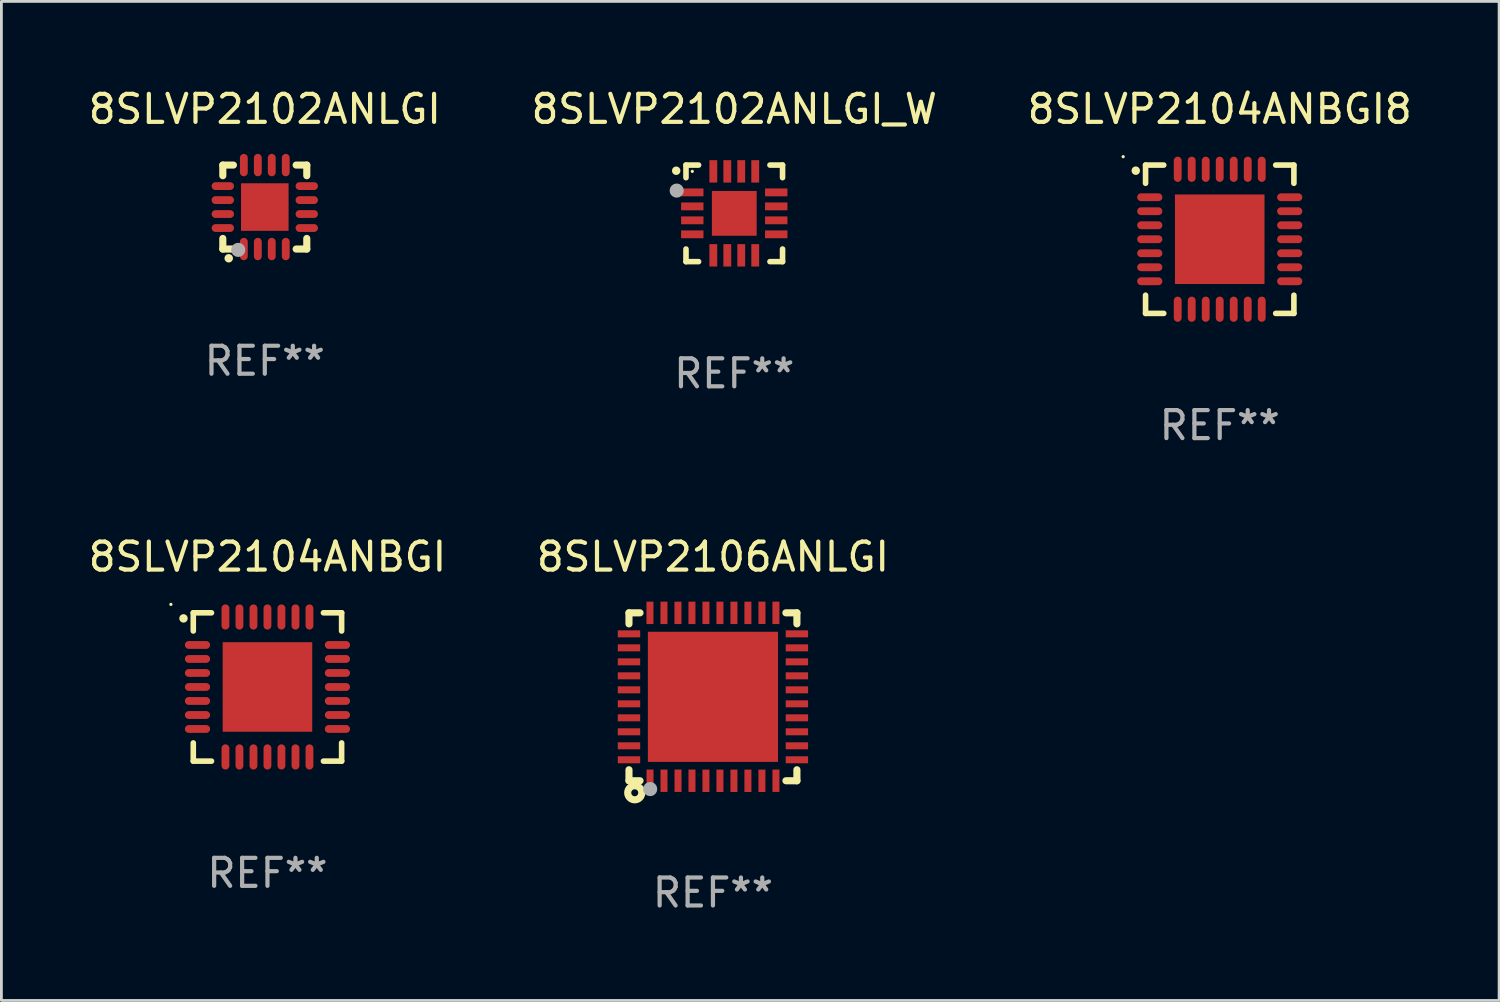
<source format=kicad_pcb>
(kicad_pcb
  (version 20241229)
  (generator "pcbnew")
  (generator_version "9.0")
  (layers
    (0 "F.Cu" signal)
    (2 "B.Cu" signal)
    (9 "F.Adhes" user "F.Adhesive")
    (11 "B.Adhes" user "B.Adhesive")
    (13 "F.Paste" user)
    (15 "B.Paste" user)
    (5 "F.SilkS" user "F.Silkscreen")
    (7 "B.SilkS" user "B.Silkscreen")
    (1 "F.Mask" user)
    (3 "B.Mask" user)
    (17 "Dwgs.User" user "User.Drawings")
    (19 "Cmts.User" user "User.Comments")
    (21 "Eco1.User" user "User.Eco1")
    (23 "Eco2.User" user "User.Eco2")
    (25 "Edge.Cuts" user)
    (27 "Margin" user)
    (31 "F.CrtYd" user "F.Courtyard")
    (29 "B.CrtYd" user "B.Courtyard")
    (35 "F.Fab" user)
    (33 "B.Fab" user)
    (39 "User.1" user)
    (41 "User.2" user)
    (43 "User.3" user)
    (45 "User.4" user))
  (footprint "8SLVP2104ANBGI8"
    (layer "F.Cu")
    (at 40.53 5.498)
    (property "Reference" "8SLVP2104ANBGI8" (at 0 -4.65 0) (layer "F.SilkS") (effects (font (size 1 1) (thickness 0.15))))
    (attr through_hole)
    (fp_line (start -2.65 -2.65) (end -2 -2.65) (stroke (width 0.2) (type solid)) (layer "F.SilkS"))
    (fp_line (start -2.65 -2) (end -2.65 -2.65) (stroke (width 0.2) (type solid)) (layer "F.SilkS"))
    (fp_line (start -2.65 2) (end -2.65 2.65) (stroke (width 0.2) (type solid)) (layer "F.SilkS"))
    (fp_line (start -2.65 2.65) (end -2 2.65) (stroke (width 0.2) (type solid)) (layer "F.SilkS"))
    (fp_line (start 2 2.65) (end 2.65 2.65) (stroke (width 0.2) (type solid)) (layer "F.SilkS"))
    (fp_line (start 2.65 -2.65) (end 2 -2.65) (stroke (width 0.2) (type solid)) (layer "F.SilkS"))
    (fp_line (start 2.65 -2) (end 2.65 -2.65) (stroke (width 0.2) (type solid)) (layer "F.SilkS"))
    (fp_line (start 2.65 2.65) (end 2.65 2) (stroke (width 0.2) (type solid)) (layer "F.SilkS"))
    (fp_arc (start -2.999746 -2.448565) (mid -2.999751 -2.449835) (end -2.999746 -2.451105) (stroke (width 0.3) (type solid)) (layer "F.SilkS"))
    (fp_circle (center -3.45 -2.95) (end -3.42 -2.95) (stroke (width 0.06) (type solid)) (fill no) (layer "F.SilkS"))
    (fp_text user "REF**" (at 0 6.65 0) (layer "F.Fab") (effects (font (size 1 1) (thickness 0.15))))
    (pad "1" smd oval (at -2.5 -1.501 90) (size 0.28 0.9) (layers "F.Cu" "F.Mask" "F.Paste"))
    (pad "2" smd oval (at -2.5 -1.001 90) (size 0.28 0.9) (layers "F.Cu" "F.Mask" "F.Paste"))
    (pad "3" smd oval (at -2.5 -0.5 90) (size 0.28 0.9) (layers "F.Cu" "F.Mask" "F.Paste"))
    (pad "4" smd oval (at -2.5 0.000076 90) (size 0.28 0.9) (layers "F.Cu" "F.Mask" "F.Paste"))
    (pad "5" smd oval (at -2.5 0.5 90) (size 0.28 0.9) (layers "F.Cu" "F.Mask" "F.Paste"))
    (pad "6" smd oval (at -2.5 1.001 90) (size 0.28 0.9) (layers "F.Cu" "F.Mask" "F.Paste"))
    (pad "7" smd oval (at -2.5 1.501 90) (size 0.28 0.9) (layers "F.Cu" "F.Mask" "F.Paste"))
    (pad "8" smd oval (at -1.501 2.5) (size 0.28 0.9) (layers "F.Cu" "F.Mask" "F.Paste"))
    (pad "9" smd oval (at -1.001 2.5) (size 0.28 0.9) (layers "F.Cu" "F.Mask" "F.Paste"))
    (pad "10" smd oval (at -0.5 2.5) (size 0.28 0.9) (layers "F.Cu" "F.Mask" "F.Paste"))
    (pad "11" smd oval (at -0.000076 2.5) (size 0.28 0.9) (layers "F.Cu" "F.Mask" "F.Paste"))
    (pad "12" smd oval (at 0.5 2.5) (size 0.28 0.9) (layers "F.Cu" "F.Mask" "F.Paste"))
    (pad "13" smd oval (at 1.001 2.5) (size 0.28 0.9) (layers "F.Cu" "F.Mask" "F.Paste"))
    (pad "14" smd oval (at 1.501 2.5) (size 0.28 0.9) (layers "F.Cu" "F.Mask" "F.Paste"))
    (pad "15" smd oval (at 2.5 1.501 90) (size 0.28 0.9) (layers "F.Cu" "F.Mask" "F.Paste"))
    (pad "16" smd oval (at 2.5 1.001 90) (size 0.28 0.9) (layers "F.Cu" "F.Mask" "F.Paste"))
    (pad "17" smd oval (at 2.5 0.5 90) (size 0.28 0.9) (layers "F.Cu" "F.Mask" "F.Paste"))
    (pad "18" smd oval (at 2.5 0.000076 90) (size 0.28 0.9) (layers "F.Cu" "F.Mask" "F.Paste"))
    (pad "19" smd oval (at 2.5 -0.5 90) (size 0.28 0.9) (layers "F.Cu" "F.Mask" "F.Paste"))
    (pad "20" smd oval (at 2.5 -1.001 90) (size 0.28 0.9) (layers "F.Cu" "F.Mask" "F.Paste"))
    (pad "21" smd oval (at 2.5 -1.501 90) (size 0.28 0.9) (layers "F.Cu" "F.Mask" "F.Paste"))
    (pad "22" smd oval (at 1.501 -2.5) (size 0.28 0.9) (layers "F.Cu" "F.Mask" "F.Paste"))
    (pad "23" smd oval (at 1.001 -2.5) (size 0.28 0.9) (layers "F.Cu" "F.Mask" "F.Paste"))
    (pad "24" smd oval (at 0.5 -2.5) (size 0.28 0.9) (layers "F.Cu" "F.Mask" "F.Paste"))
    (pad "25" smd oval (at -0.000076 -2.5) (size 0.28 0.9) (layers "F.Cu" "F.Mask" "F.Paste"))
    (pad "26" smd oval (at -0.5 -2.5) (size 0.28 0.9) (layers "F.Cu" "F.Mask" "F.Paste"))
    (pad "27" smd oval (at -1.001 -2.5) (size 0.28 0.9) (layers "F.Cu" "F.Mask" "F.Paste"))
    (pad "28" smd oval (at -1.501 -2.5) (size 0.28 0.9) (layers "F.Cu" "F.Mask" "F.Paste"))
    (pad "29" smd rect (at -0.000076 0.000076) (size 3.2 3.2) (layers "F.Cu" "F.Mask" "F.Paste")))
  (footprint "8SLVP2102ANLGI_W"
    (layer "F.Cu")
    (at 23.185 4.573)
    (property "Reference" "8SLVP2102ANLGI_W" (at 0 -3.725 0) (layer "F.SilkS") (effects (font (size 1 1) (thickness 0.15))))
    (attr through_hole)
    (fp_line (start -1.725 -1.725) (end -1.275 -1.725) (stroke (width 0.2) (type solid)) (layer "F.SilkS"))
    (fp_line (start -1.725 -1.275) (end -1.725 -1.725) (stroke (width 0.2) (type solid)) (layer "F.SilkS"))
    (fp_line (start -1.725 1.725) (end -1.725 1.275) (stroke (width 0.2) (type solid)) (layer "F.SilkS"))
    (fp_line (start -1.275 1.725) (end -1.725 1.725) (stroke (width 0.2) (type solid)) (layer "F.SilkS"))
    (fp_line (start 1.275 -1.725) (end 1.725 -1.725) (stroke (width 0.2) (type solid)) (layer "F.SilkS"))
    (fp_line (start 1.275 1.725) (end 1.725 1.725) (stroke (width 0.2) (type solid)) (layer "F.SilkS"))
    (fp_line (start 1.725 -1.725) (end 1.725 -1.275) (stroke (width 0.2) (type solid)) (layer "F.SilkS"))
    (fp_line (start 1.725 1.725) (end 1.725 1.275) (stroke (width 0.2) (type solid)) (layer "F.SilkS"))
    (fp_arc (start -2.075184 -1.521463) (mid -2.075189 -1.522733) (end -2.075184 -1.524003) (stroke (width 0.3) (type solid)) (layer "F.SilkS"))
    (fp_circle (center -1.5 -1.5) (end -1.47 -1.5) (stroke (width 0.06) (type solid)) (fill no) (layer "F.SilkS"))
    (fp_circle (center -2.057 -0.813) (end -1.93 -0.813) (stroke (width 0.254) (type solid)) (fill no) (layer "F.Fab"))
    (fp_text user "REF**" (at 0 5.725 0) (layer "F.Fab") (effects (font (size 1 1) (thickness 0.15))))
    (pad "1" smd rect (at -1.5 -0.749 90) (size 0.28 0.8) (layers "F.Cu" "F.Mask" "F.Paste"))
    (pad "2" smd rect (at -1.5 -0.249 90) (size 0.28 0.8) (layers "F.Cu" "F.Mask" "F.Paste"))
    (pad "3" smd rect (at -1.5 0.249 90) (size 0.28 0.8) (layers "F.Cu" "F.Mask" "F.Paste"))
    (pad "4" smd rect (at -1.5 0.749 90) (size 0.28 0.8) (layers "F.Cu" "F.Mask" "F.Paste"))
    (pad "5" smd rect (at -0.749 1.5) (size 0.28 0.8) (layers "F.Cu" "F.Mask" "F.Paste"))
    (pad "6" smd rect (at -0.249 1.5) (size 0.28 0.8) (layers "F.Cu" "F.Mask" "F.Paste"))
    (pad "7" smd rect (at 0.249 1.5) (size 0.28 0.8) (layers "F.Cu" "F.Mask" "F.Paste"))
    (pad "8" smd rect (at 0.749 1.5) (size 0.28 0.8) (layers "F.Cu" "F.Mask" "F.Paste"))
    (pad "9" smd rect (at 1.5 0.749 90) (size 0.28 0.8) (layers "F.Cu" "F.Mask" "F.Paste"))
    (pad "10" smd rect (at 1.5 0.249 90) (size 0.28 0.8) (layers "F.Cu" "F.Mask" "F.Paste"))
    (pad "11" smd rect (at 1.5 -0.249 90) (size 0.28 0.8) (layers "F.Cu" "F.Mask" "F.Paste"))
    (pad "12" smd rect (at 1.5 -0.749 90) (size 0.28 0.8) (layers "F.Cu" "F.Mask" "F.Paste"))
    (pad "13" smd rect (at 0.749 -1.5) (size 0.28 0.8) (layers "F.Cu" "F.Mask" "F.Paste"))
    (pad "14" smd rect (at 0.249 -1.5) (size 0.28 0.8) (layers "F.Cu" "F.Mask" "F.Paste"))
    (pad "15" smd rect (at -0.249 -1.5) (size 0.28 0.8) (layers "F.Cu" "F.Mask" "F.Paste"))
    (pad "16" smd rect (at -0.749 -1.5) (size 0.28 0.8) (layers "F.Cu" "F.Mask" "F.Paste"))
    (pad "17" smd rect (at 0.000076 0.000076) (size 1.6 1.6) (layers "F.Cu" "F.Mask" "F.Paste")))
  (footprint "8SLVP2104ANBGI"
    (layer "F.Cu")
    (at 6.506 21.495)
    (property "Reference" "8SLVP2104ANBGI" (at 0 -4.65 0) (layer "F.SilkS") (effects (font (size 1 1) (thickness 0.15))))
    (attr through_hole)
    (fp_line (start -2.65 -2.65) (end -2 -2.65) (stroke (width 0.2) (type solid)) (layer "F.SilkS"))
    (fp_line (start -2.65 -2) (end -2.65 -2.65) (stroke (width 0.2) (type solid)) (layer "F.SilkS"))
    (fp_line (start -2.65 2) (end -2.65 2.65) (stroke (width 0.2) (type solid)) (layer "F.SilkS"))
    (fp_line (start -2.65 2.65) (end -2 2.65) (stroke (width 0.2) (type solid)) (layer "F.SilkS"))
    (fp_line (start 2 2.65) (end 2.65 2.65) (stroke (width 0.2) (type solid)) (layer "F.SilkS"))
    (fp_line (start 2.65 -2.65) (end 2 -2.65) (stroke (width 0.2) (type solid)) (layer "F.SilkS"))
    (fp_line (start 2.65 -2) (end 2.65 -2.65) (stroke (width 0.2) (type solid)) (layer "F.SilkS"))
    (fp_line (start 2.65 2.65) (end 2.65 2) (stroke (width 0.2) (type solid)) (layer "F.SilkS"))
    (fp_arc (start -2.999746 -2.448565) (mid -2.999751 -2.449835) (end -2.999746 -2.451105) (stroke (width 0.3) (type solid)) (layer "F.SilkS"))
    (fp_circle (center -3.45 -2.95) (end -3.42 -2.95) (stroke (width 0.06) (type solid)) (fill no) (layer "F.SilkS"))
    (fp_text user "REF**" (at 0 6.65 0) (layer "F.Fab") (effects (font (size 1 1) (thickness 0.15))))
    (pad "1" smd oval (at -2.5 -1.501 90) (size 0.28 0.9) (layers "F.Cu" "F.Mask" "F.Paste"))
    (pad "2" smd oval (at -2.5 -1.001 90) (size 0.28 0.9) (layers "F.Cu" "F.Mask" "F.Paste"))
    (pad "3" smd oval (at -2.5 -0.5 90) (size 0.28 0.9) (layers "F.Cu" "F.Mask" "F.Paste"))
    (pad "4" smd oval (at -2.5 0.000076 90) (size 0.28 0.9) (layers "F.Cu" "F.Mask" "F.Paste"))
    (pad "5" smd oval (at -2.5 0.5 90) (size 0.28 0.9) (layers "F.Cu" "F.Mask" "F.Paste"))
    (pad "6" smd oval (at -2.5 1.001 90) (size 0.28 0.9) (layers "F.Cu" "F.Mask" "F.Paste"))
    (pad "7" smd oval (at -2.5 1.501 90) (size 0.28 0.9) (layers "F.Cu" "F.Mask" "F.Paste"))
    (pad "8" smd oval (at -1.501 2.5) (size 0.28 0.9) (layers "F.Cu" "F.Mask" "F.Paste"))
    (pad "9" smd oval (at -1.001 2.5) (size 0.28 0.9) (layers "F.Cu" "F.Mask" "F.Paste"))
    (pad "10" smd oval (at -0.5 2.5) (size 0.28 0.9) (layers "F.Cu" "F.Mask" "F.Paste"))
    (pad "11" smd oval (at -0.000076 2.5) (size 0.28 0.9) (layers "F.Cu" "F.Mask" "F.Paste"))
    (pad "12" smd oval (at 0.5 2.5) (size 0.28 0.9) (layers "F.Cu" "F.Mask" "F.Paste"))
    (pad "13" smd oval (at 1.001 2.5) (size 0.28 0.9) (layers "F.Cu" "F.Mask" "F.Paste"))
    (pad "14" smd oval (at 1.501 2.5) (size 0.28 0.9) (layers "F.Cu" "F.Mask" "F.Paste"))
    (pad "15" smd oval (at 2.5 1.501 90) (size 0.28 0.9) (layers "F.Cu" "F.Mask" "F.Paste"))
    (pad "16" smd oval (at 2.5 1.001 90) (size 0.28 0.9) (layers "F.Cu" "F.Mask" "F.Paste"))
    (pad "17" smd oval (at 2.5 0.5 90) (size 0.28 0.9) (layers "F.Cu" "F.Mask" "F.Paste"))
    (pad "18" smd oval (at 2.5 0.000076 90) (size 0.28 0.9) (layers "F.Cu" "F.Mask" "F.Paste"))
    (pad "19" smd oval (at 2.5 -0.5 90) (size 0.28 0.9) (layers "F.Cu" "F.Mask" "F.Paste"))
    (pad "20" smd oval (at 2.5 -1.001 90) (size 0.28 0.9) (layers "F.Cu" "F.Mask" "F.Paste"))
    (pad "21" smd oval (at 2.5 -1.501 90) (size 0.28 0.9) (layers "F.Cu" "F.Mask" "F.Paste"))
    (pad "22" smd oval (at 1.501 -2.5) (size 0.28 0.9) (layers "F.Cu" "F.Mask" "F.Paste"))
    (pad "23" smd oval (at 1.001 -2.5) (size 0.28 0.9) (layers "F.Cu" "F.Mask" "F.Paste"))
    (pad "24" smd oval (at 0.5 -2.5) (size 0.28 0.9) (layers "F.Cu" "F.Mask" "F.Paste"))
    (pad "25" smd oval (at -0.000076 -2.5) (size 0.28 0.9) (layers "F.Cu" "F.Mask" "F.Paste"))
    (pad "26" smd oval (at -0.5 -2.5) (size 0.28 0.9) (layers "F.Cu" "F.Mask" "F.Paste"))
    (pad "27" smd oval (at -1.001 -2.5) (size 0.28 0.9) (layers "F.Cu" "F.Mask" "F.Paste"))
    (pad "28" smd oval (at -1.501 -2.5) (size 0.28 0.9) (layers "F.Cu" "F.Mask" "F.Paste"))
    (pad "29" smd rect (at -0.000076 0.000076) (size 3.2 3.2) (layers "F.Cu" "F.Mask" "F.Paste")))
  (footprint "8SLVP2102ANLGI"
    (layer "F.Cu")
    (at 6.411 4.348)
    (property "Reference" "8SLVP2102ANLGI" (at 0 -3.5 0) (layer "F.SilkS") (effects (font (size 1 1) (thickness 0.15))))
    (attr through_hole)
    (fp_line (start -1.5 -1.5) (end -1.121 -1.5) (stroke (width 0.254) (type solid)) (layer "F.SilkS"))
    (fp_line (start -1.5 -1.12) (end -1.5 -1.5) (stroke (width 0.254) (type solid)) (layer "F.SilkS"))
    (fp_line (start -1.5 1.5) (end -1.5 1.121) (stroke (width 0.254) (type solid)) (layer "F.SilkS"))
    (fp_line (start -1.121 1.5) (end -1.5 1.5) (stroke (width 0.254) (type solid)) (layer "F.SilkS"))
    (fp_line (start 1.12 -1.5) (end 1.5 -1.5) (stroke (width 0.254) (type solid)) (layer "F.SilkS"))
    (fp_line (start 1.5 -1.5) (end 1.5 -1.12) (stroke (width 0.254) (type solid)) (layer "F.SilkS"))
    (fp_line (start 1.5 1.121) (end 1.5 1.5) (stroke (width 0.254) (type solid)) (layer "F.SilkS"))
    (fp_line (start 1.5 1.5) (end 1.12 1.5) (stroke (width 0.254) (type solid)) (layer "F.SilkS"))
    (fp_arc (start -1.290005 1.83001) (mid -1.288735 1.830005) (end -1.287465 1.83001) (stroke (width 0.3) (type solid)) (layer "F.SilkS"))
    (fp_circle (center -1.5 1.5) (end -1.47 1.5) (stroke (width 0.06) (type solid)) (fill no) (layer "F.SilkS"))
    (fp_circle (center -0.95 1.53) (end -0.823 1.53) (stroke (width 0.254) (type solid)) (fill no) (layer "F.Fab"))
    (fp_text user "REF**" (at 0 5.5 0) (layer "F.Fab") (effects (font (size 1 1) (thickness 0.15))))
    (pad "1" smd oval (at -0.749 1.5 180) (size 0.28 0.8) (layers "F.Cu" "F.Mask" "F.Paste"))
    (pad "2" smd oval (at -0.249 1.5 180) (size 0.28 0.8) (layers "F.Cu" "F.Mask" "F.Paste"))
    (pad "3" smd oval (at 0.249 1.5 180) (size 0.28 0.8) (layers "F.Cu" "F.Mask" "F.Paste"))
    (pad "4" smd oval (at 0.749 1.5 180) (size 0.28 0.8) (layers "F.Cu" "F.Mask" "F.Paste"))
    (pad "5" smd oval (at 1.5 0.749 90) (size 0.28 0.8) (layers "F.Cu" "F.Mask" "F.Paste"))
    (pad "6" smd oval (at 1.5 0.249 90) (size 0.28 0.8) (layers "F.Cu" "F.Mask" "F.Paste"))
    (pad "7" smd oval (at 1.5 -0.249 90) (size 0.28 0.8) (layers "F.Cu" "F.Mask" "F.Paste"))
    (pad "8" smd oval (at 1.5 -0.749 90) (size 0.28 0.8) (layers "F.Cu" "F.Mask" "F.Paste"))
    (pad "9" smd oval (at 0.749 -1.5 180) (size 0.28 0.8) (layers "F.Cu" "F.Mask" "F.Paste"))
    (pad "10" smd oval (at 0.249 -1.5 180) (size 0.28 0.8) (layers "F.Cu" "F.Mask" "F.Paste"))
    (pad "11" smd oval (at -0.249 -1.5 180) (size 0.28 0.8) (layers "F.Cu" "F.Mask" "F.Paste"))
    (pad "12" smd oval (at -0.749 -1.5 180) (size 0.28 0.8) (layers "F.Cu" "F.Mask" "F.Paste"))
    (pad "13" smd oval (at -1.5 -0.749 90) (size 0.28 0.8) (layers "F.Cu" "F.Mask" "F.Paste"))
    (pad "14" smd oval (at -1.5 -0.249 90) (size 0.28 0.8) (layers "F.Cu" "F.Mask" "F.Paste"))
    (pad "15" smd oval (at -1.5 0.249 90) (size 0.28 0.8) (layers "F.Cu" "F.Mask" "F.Paste"))
    (pad "16" smd oval (at -1.5 0.749 90) (size 0.28 0.8) (layers "F.Cu" "F.Mask" "F.Paste"))
    (pad "17" smd rect (at -0.000114 0.000114 90) (size 1.7 1.7) (layers "F.Cu" "F.Mask" "F.Paste")))
  (footprint "8SLVP2106ANLGI"
    (layer "F.Cu")
    (at 22.423 21.846)
    (property "Reference" "8SLVP2106ANLGI" (at 0 -5.001 0) (layer "F.SilkS") (effects (font (size 1 1) (thickness 0.15))))
    (attr through_hole)
    (fp_line (start -3 -3) (end -3 -2.605) (stroke (width 0.254) (type solid)) (layer "F.SilkS"))
    (fp_line (start -3 -3) (end -2.606 -3) (stroke (width 0.254) (type solid)) (layer "F.SilkS"))
    (fp_line (start -3 2.607) (end -3 3) (stroke (width 0.254) (type solid)) (layer "F.SilkS"))
    (fp_line (start -3 3) (end -2.605 3) (stroke (width 0.254) (type solid)) (layer "F.SilkS"))
    (fp_line (start 2.606 -3) (end 3 -3) (stroke (width 0.254) (type solid)) (layer "F.SilkS"))
    (fp_line (start 2.608 3) (end 3 3) (stroke (width 0.254) (type solid)) (layer "F.SilkS"))
    (fp_line (start 3 -2.605) (end 3 -3) (stroke (width 0.254) (type solid)) (layer "F.SilkS"))
    (fp_line (start 3 3) (end 3 2.607) (stroke (width 0.254) (type solid)) (layer "F.SilkS"))
    (fp_circle (center -3 3) (end -2.97 3) (stroke (width 0.06) (type solid)) (fill no) (layer "F.SilkS"))
    (fp_circle (center -2.794 3.429) (end -2.669 3.429) (stroke (width 0.254) (type solid)) (fill no) (layer "F.SilkS"))
    (fp_circle (center -2.243 3.297) (end -2.116 3.297) (stroke (width 0.254) (type solid)) (fill no) (layer "F.Fab"))
    (fp_text user "REF**" (at 0 7.001 0) (layer "F.Fab") (effects (font (size 1 1) (thickness 0.15))))
    (pad "1" smd rect (at -2.248 2.999 180) (size 0.25 0.8) (layers "F.Cu" "F.Mask" "F.Paste"))
    (pad "2" smd rect (at -1.749 2.999 180) (size 0.25 0.8) (layers "F.Cu" "F.Mask" "F.Paste"))
    (pad "3" smd rect (at -1.248 2.999 180) (size 0.25 0.8) (layers "F.Cu" "F.Mask" "F.Paste"))
    (pad "4" smd rect (at -0.749 2.999 180) (size 0.25 0.8) (layers "F.Cu" "F.Mask" "F.Paste"))
    (pad "5" smd rect (at -0.25 3.001 180) (size 0.25 0.8) (layers "F.Cu" "F.Mask" "F.Paste"))
    (pad "6" smd rect (at 0.25 3.001 180) (size 0.25 0.8) (layers "F.Cu" "F.Mask" "F.Paste"))
    (pad "7" smd rect (at 0.75 3.001 180) (size 0.25 0.8) (layers "F.Cu" "F.Mask" "F.Paste"))
    (pad "8" smd rect (at 1.25 3.001 180) (size 0.25 0.8) (layers "F.Cu" "F.Mask" "F.Paste"))
    (pad "9" smd rect (at 1.75 3.001 180) (size 0.25 0.8) (layers "F.Cu" "F.Mask" "F.Paste"))
    (pad "10" smd rect (at 2.251 2.999 180) (size 0.25 0.8) (layers "F.Cu" "F.Mask" "F.Paste"))
    (pad "11" smd rect (at 3 2.251 270) (size 0.25 0.8) (layers "F.Cu" "F.Mask" "F.Paste"))
    (pad "12" smd rect (at 3 1.751 270) (size 0.25 0.8) (layers "F.Cu" "F.Mask" "F.Paste"))
    (pad "13" smd rect (at 3 1.251 270) (size 0.25 0.8) (layers "F.Cu" "F.Mask" "F.Paste"))
    (pad "14" smd rect (at 3 0.751 270) (size 0.25 0.8) (layers "F.Cu" "F.Mask" "F.Paste"))
    (pad "15" smd rect (at 3 0.251 270) (size 0.25 0.8) (layers "F.Cu" "F.Mask" "F.Paste"))
    (pad "16" smd rect (at 3 -0.249 270) (size 0.25 0.8) (layers "F.Cu" "F.Mask" "F.Paste"))
    (pad "17" smd rect (at 3 -0.749 270) (size 0.25 0.8) (layers "F.Cu" "F.Mask" "F.Paste"))
    (pad "18" smd rect (at 3 -1.249 270) (size 0.25 0.8) (layers "F.Cu" "F.Mask" "F.Paste"))
    (pad "19" smd rect (at 3 -1.749 270) (size 0.25 0.8) (layers "F.Cu" "F.Mask" "F.Paste"))
    (pad "20" smd rect (at 3 -2.249 270) (size 0.25 0.8) (layers "F.Cu" "F.Mask" "F.Paste"))
    (pad "21" smd rect (at 2.25 -2.999) (size 0.25 0.8) (layers "F.Cu" "F.Mask" "F.Paste"))
    (pad "22" smd rect (at 1.752 -3.001) (size 0.25 0.8) (layers "F.Cu" "F.Mask" "F.Paste"))
    (pad "23" smd rect (at 1.25 -2.999) (size 0.25 0.8) (layers "F.Cu" "F.Mask" "F.Paste"))
    (pad "24" smd rect (at 0.75 -2.999) (size 0.25 0.8) (layers "F.Cu" "F.Mask" "F.Paste"))
    (pad "25" smd rect (at 0.25 -2.999) (size 0.25 0.8) (layers "F.Cu" "F.Mask" "F.Paste"))
    (pad "26" smd rect (at -0.25 -2.999) (size 0.25 0.8) (layers "F.Cu" "F.Mask" "F.Paste"))
    (pad "27" smd rect (at -0.75 -2.999) (size 0.25 0.8) (layers "F.Cu" "F.Mask" "F.Paste"))
    (pad "28" smd rect (at -1.25 -2.999) (size 0.25 0.8) (layers "F.Cu" "F.Mask" "F.Paste"))
    (pad "29" smd rect (at -1.75 -2.999) (size 0.25 0.8) (layers "F.Cu" "F.Mask" "F.Paste"))
    (pad "30" smd rect (at -2.25 -2.999) (size 0.25 0.8) (layers "F.Cu" "F.Mask" "F.Paste"))
    (pad "31" smd rect (at -3 -2.249 90) (size 0.25 0.8) (layers "F.Cu" "F.Mask" "F.Paste"))
    (pad "32" smd rect (at -3 -1.749 90) (size 0.25 0.8) (layers "F.Cu" "F.Mask" "F.Paste"))
    (pad "33" smd rect (at -3 -1.249 90) (size 0.25 0.8) (layers "F.Cu" "F.Mask" "F.Paste"))
    (pad "34" smd rect (at -3 -0.749 90) (size 0.25 0.8) (layers "F.Cu" "F.Mask" "F.Paste"))
    (pad "35" smd rect (at -3 -0.249 90) (size 0.25 0.8) (layers "F.Cu" "F.Mask" "F.Paste"))
    (pad "36" smd rect (at -3 0.251 90) (size 0.25 0.8) (layers "F.Cu" "F.Mask" "F.Paste"))
    (pad "37" smd rect (at -3 0.751 90) (size 0.25 0.8) (layers "F.Cu" "F.Mask" "F.Paste"))
    (pad "38" smd rect (at -3 1.251 90) (size 0.25 0.8) (layers "F.Cu" "F.Mask" "F.Paste"))
    (pad "39" smd rect (at -3 1.751 90) (size 0.25 0.8) (layers "F.Cu" "F.Mask" "F.Paste"))
    (pad "40" smd rect (at -3 2.251 90) (size 0.25 0.8) (layers "F.Cu" "F.Mask" "F.Paste"))
    (pad "41" smd rect (at -0.000025 0.001 90) (size 4.65 4.65) (layers "F.Cu" "F.Mask" "F.Paste")))
  (gr_rect
    (start -3 -3)
    (end 50.512 32.695)
    (stroke (width 0.1) (type default))
    (fill no)
    (layer "Edge.Cuts")))
</source>
